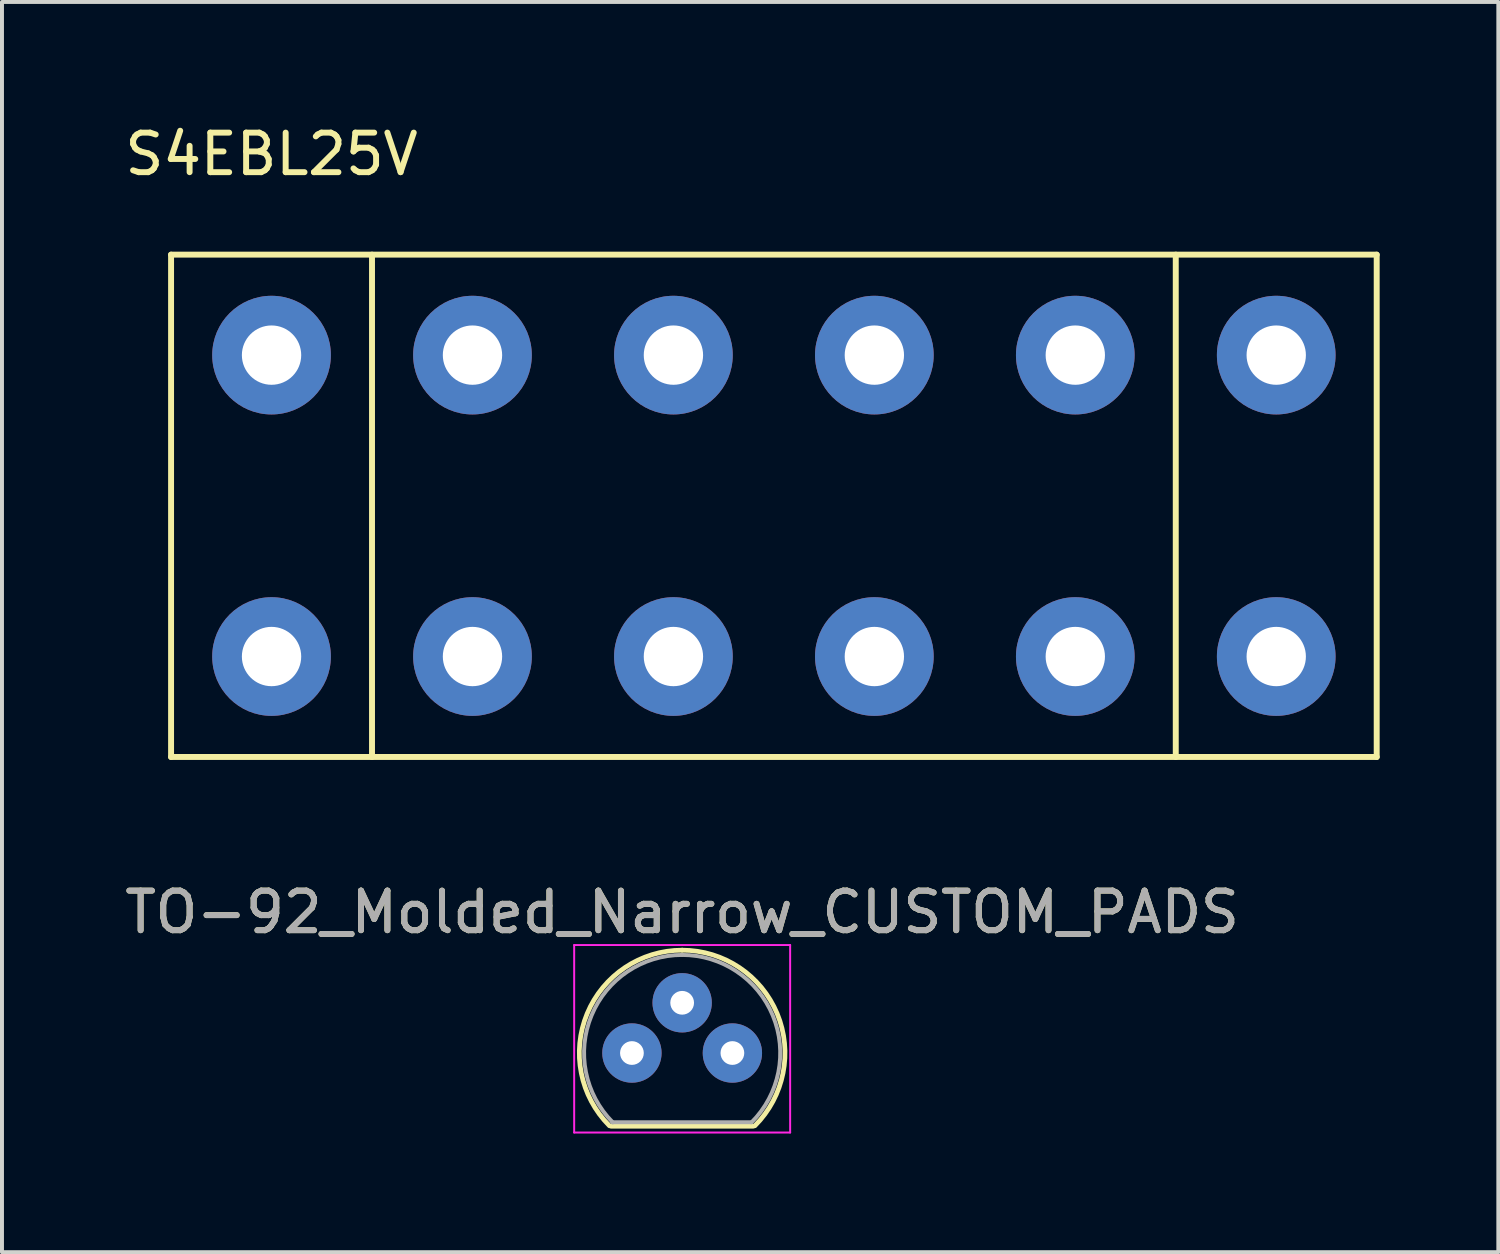
<source format=kicad_pcb>
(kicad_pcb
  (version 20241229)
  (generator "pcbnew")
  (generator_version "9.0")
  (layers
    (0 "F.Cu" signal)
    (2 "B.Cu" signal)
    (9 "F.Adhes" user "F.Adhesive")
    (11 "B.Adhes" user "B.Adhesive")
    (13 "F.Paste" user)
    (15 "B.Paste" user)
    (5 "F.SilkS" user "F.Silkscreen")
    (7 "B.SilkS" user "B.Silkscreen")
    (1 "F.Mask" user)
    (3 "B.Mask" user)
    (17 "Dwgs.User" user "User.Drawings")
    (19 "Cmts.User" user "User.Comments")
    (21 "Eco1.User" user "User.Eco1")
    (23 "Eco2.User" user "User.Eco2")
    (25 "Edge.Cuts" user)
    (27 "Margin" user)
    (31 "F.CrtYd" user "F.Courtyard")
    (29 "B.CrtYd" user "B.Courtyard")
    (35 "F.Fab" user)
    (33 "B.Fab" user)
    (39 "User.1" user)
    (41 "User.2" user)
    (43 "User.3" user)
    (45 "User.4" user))
  (footprint "TO-92_Molded_Narrow_CUSTOM_PADS"
    (layer "F.Cu")
    (at 12.926 23.572)
    (property "Reference" "TO-92_Molded_Narrow_CUSTOM_PADS" (at 1.27 -3.56 0) (layer "F.SilkS") (effects (font (size 1 1) (thickness 0.15))))
    (attr through_hole)
    (fp_line (start -0.53 1.85) (end 3.07 1.85) (stroke (width 0.12) (type solid)) (layer "F.SilkS"))
    (fp_arc (start -0.568478 1.838478) (mid -1.132087 -0.994977) (end 1.27 -2.6) (stroke (width 0.12) (type solid)) (layer "F.SilkS"))
    (fp_arc (start 1.27 -2.6) (mid 3.672087 -0.994977) (end 3.108478 1.838478) (stroke (width 0.12) (type solid)) (layer "F.SilkS"))
    (fp_line (start -1.46 -2.73) (end -1.46 2.01) (stroke (width 0.05) (type solid)) (layer "F.CrtYd"))
    (fp_line (start -1.46 -2.73) (end 4 -2.73) (stroke (width 0.05) (type solid)) (layer "F.CrtYd"))
    (fp_line (start 4 2.01) (end -1.46 2.01) (stroke (width 0.05) (type solid)) (layer "F.CrtYd"))
    (fp_line (start 4 2.01) (end 4 -2.73) (stroke (width 0.05) (type solid)) (layer "F.CrtYd"))
    (fp_line (start -0.5 1.75) (end 3 1.75) (stroke (width 0.1) (type solid)) (layer "F.Fab"))
    (fp_arc (start -0.483625 1.753625) (mid -1.021221 -0.949055) (end 1.27 -2.48) (stroke (width 0.1) (type solid)) (layer "F.Fab"))
    (fp_arc (start 1.27 -2.48) (mid 3.561221 -0.949055) (end 3.023625 1.753625) (stroke (width 0.1) (type solid)) (layer "F.Fab"))
    (fp_text user "${REFERENCE}" (at 1.27 -3.56 0) (layer "F.Fab") (effects (font (size 1 1) (thickness 0.15))))
    (pad "1" thru_hole circle (at 0 0 90) (size 1.5 1.5) (drill 0.6) (layers "*.Cu" "*.Mask"))
    (pad "2" thru_hole circle (at 1.27 -1.27 90) (size 1.5 1.5) (drill 0.6) (layers "*.Cu" "*.Mask"))
    (pad "3" thru_hole circle (at 2.54 0 90) (size 1.5 1.5) (drill 0.6) (layers "*.Cu" "*.Mask")))
  (footprint "S4EBL25V"
    (layer "F.Cu")
    (at 3.815 13.548)
    (property "Reference" "S4EBL25V" (at 0 -12.7 0) (layer "F.SilkS") (effects (font (size 1 1) (thickness 0.15))))
    (attr through_hole)
    (fp_line (start -2.54 -10.16) (end 27.94 -10.16) (stroke (width 0.15) (type solid)) (layer "F.SilkS"))
    (fp_line (start -2.54 2.54) (end -2.54 -10.16) (stroke (width 0.15) (type solid)) (layer "F.SilkS"))
    (fp_line (start 2.54 -10.16) (end 2.54 2.54) (stroke (width 0.15) (type solid)) (layer "F.SilkS"))
    (fp_line (start 22.86 -10.16) (end 22.86 2.54) (stroke (width 0.15) (type solid)) (layer "F.SilkS"))
    (fp_line (start 27.94 -10.16) (end 27.94 2.54) (stroke (width 0.15) (type solid)) (layer "F.SilkS"))
    (fp_line (start 27.94 2.54) (end -2.54 2.54) (stroke (width 0.15) (type solid)) (layer "F.SilkS"))
    (pad "1" thru_hole circle (at 0 0) (size 3 3) (drill 1.5) (layers "*.Cu" "*.Mask"))
    (pad "2" thru_hole circle (at 5.08 0) (size 3 3) (drill 1.5) (layers "*.Cu" "*.Mask"))
    (pad "3" thru_hole circle (at 10.16 0) (size 3 3) (drill 1.5) (layers "*.Cu" "*.Mask"))
    (pad "4" thru_hole circle (at 15.24 0) (size 3 3) (drill 1.5) (layers "*.Cu" "*.Mask"))
    (pad "5" thru_hole circle (at 20.32 0) (size 3 3) (drill 1.5) (layers "*.Cu" "*.Mask"))
    (pad "6" thru_hole circle (at 25.4 0) (size 3 3) (drill 1.5) (layers "*.Cu" "*.Mask"))
    (pad "7" thru_hole circle (at 25.4 -7.62) (size 3 3) (drill 1.5) (layers "*.Cu" "*.Mask"))
    (pad "8" thru_hole circle (at 20.32 -7.62) (size 3 3) (drill 1.5) (layers "*.Cu" "*.Mask"))
    (pad "9" thru_hole circle (at 15.24 -7.62) (size 3 3) (drill 1.5) (layers "*.Cu" "*.Mask"))
    (pad "10" thru_hole circle (at 10.16 -7.62) (size 3 3) (drill 1.5) (layers "*.Cu" "*.Mask"))
    (pad "11" thru_hole circle (at 5.08 -7.62) (size 3 3) (drill 1.5) (layers "*.Cu" "*.Mask"))
    (pad "12" thru_hole circle (at 0 -7.62) (size 3 3) (drill 1.5) (layers "*.Cu" "*.Mask")))
  (gr_rect
    (start -3 -3)
    (end 34.83 28.607)
    (stroke (width 0.1) (type default))
    (fill no)
    (layer "Edge.Cuts")))
</source>
